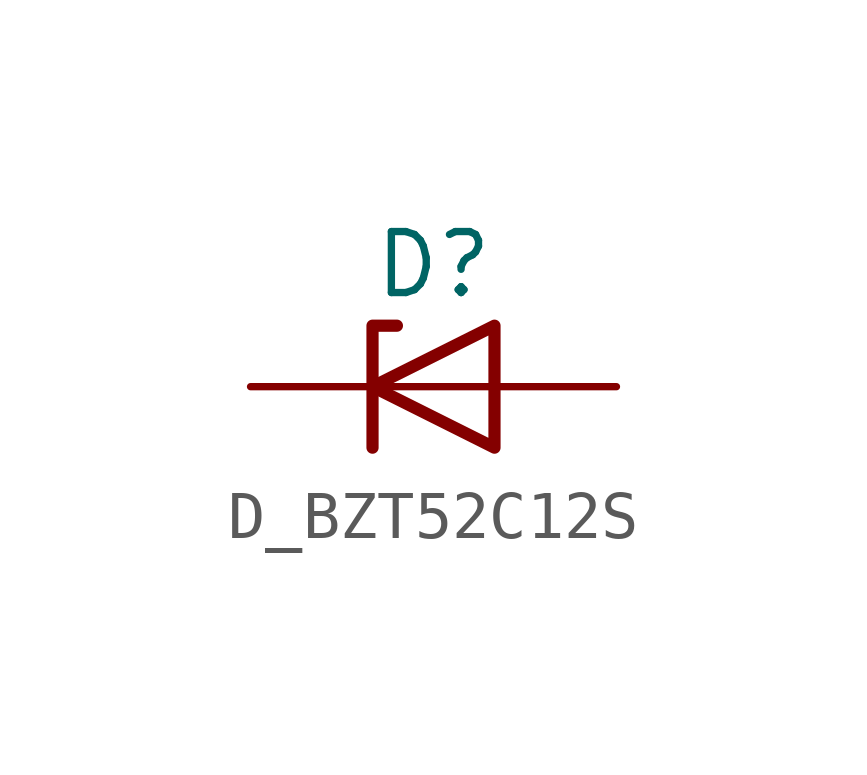
<source format=kicad_sym>
(kicad_symbol_lib
  (version 20220914)
  (generator kicad_symbol_editor)
  (symbol "D_BZT52C12S"
    (pin_numbers hide)
    (pin_names
      (offset 1.016) hide)
    (property "Reference" "D"
      (at 0 2.54 0)
      (effects (font (size 1.27 1.27))))
    (symbol "D_BZT52C12S_0_1"
      (polyline (pts (xy 1.27 0) (xy -1.27 0)) (stroke (width 0) (type default)) (fill (type none)))
      (polyline (pts (xy -1.27 -1.27) (xy -1.27 1.27) (xy -0.762 1.27)) (stroke (width 0.254) (type default)) (fill (type none)))
      (polyline (pts (xy 1.27 -1.27) (xy 1.27 1.27) (xy -1.27 0) (xy 1.27 -1.27)) (stroke (width 0.254) (type default)) (fill (type none))))
    (symbol "D_BZT52C12S_1_1"
      (pin passive line (at -3.81 0 0) (length 2.54) (name "K" (effects (font (size 1.27 1.27)))) (number "1" (effects (font (size 1.27 1.27)))))
      (pin passive line (at 3.81 0 180) (length 2.54) (name "A" (effects (font (size 1.27 1.27)))) (number "2" (effects (font (size 1.27 1.27))))))))
</source>
